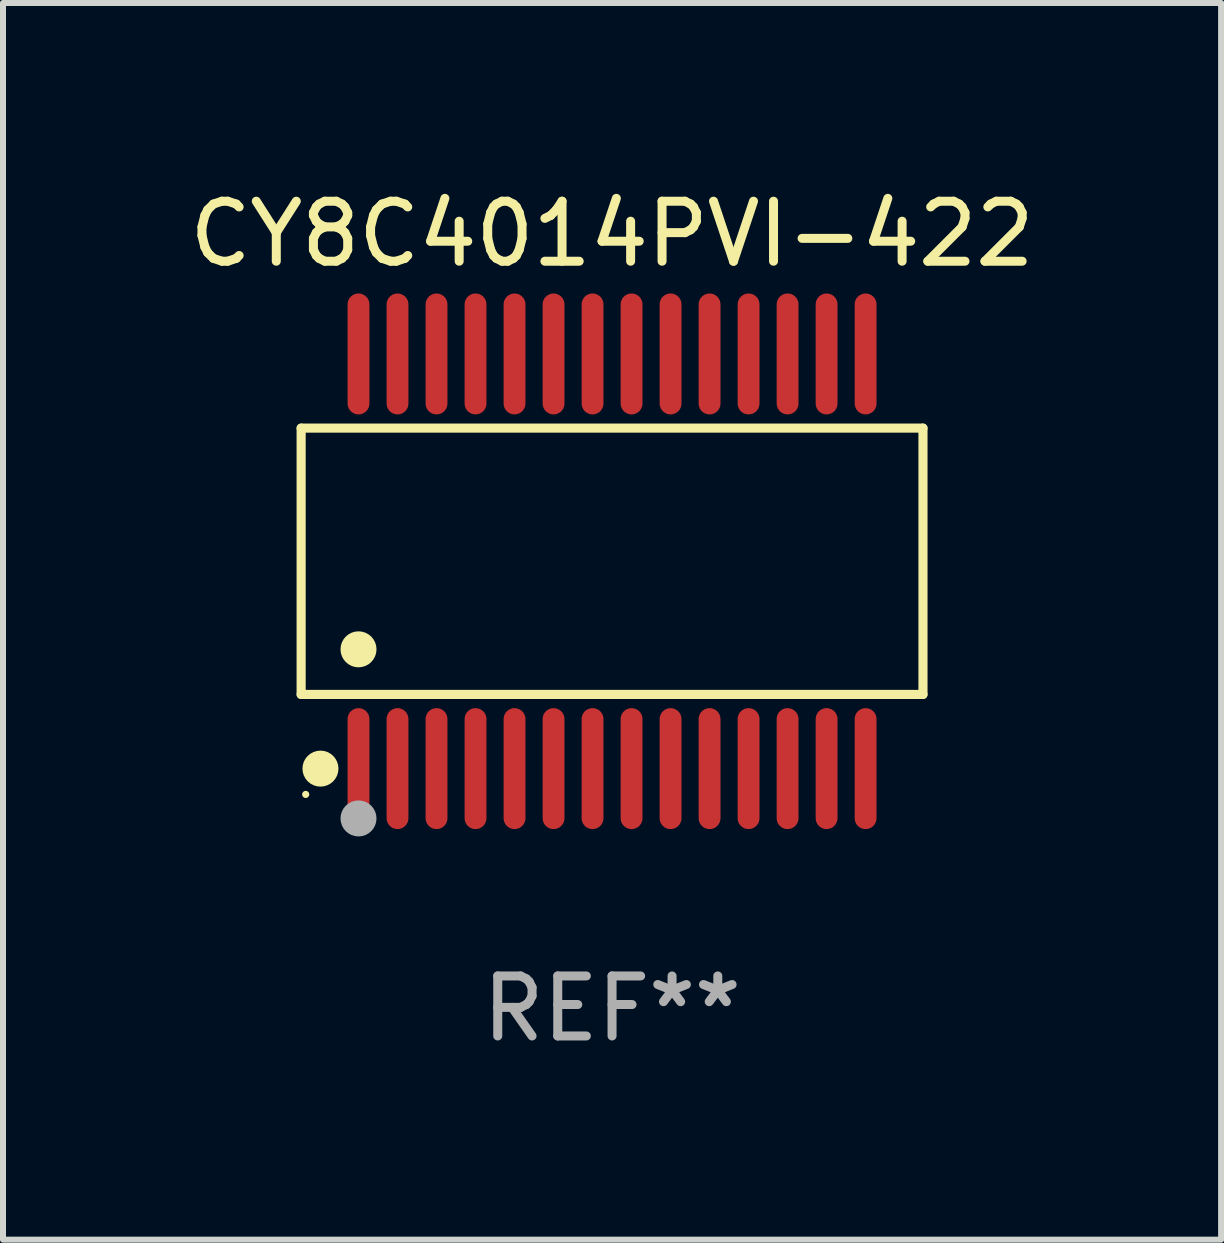
<source format=kicad_pcb>
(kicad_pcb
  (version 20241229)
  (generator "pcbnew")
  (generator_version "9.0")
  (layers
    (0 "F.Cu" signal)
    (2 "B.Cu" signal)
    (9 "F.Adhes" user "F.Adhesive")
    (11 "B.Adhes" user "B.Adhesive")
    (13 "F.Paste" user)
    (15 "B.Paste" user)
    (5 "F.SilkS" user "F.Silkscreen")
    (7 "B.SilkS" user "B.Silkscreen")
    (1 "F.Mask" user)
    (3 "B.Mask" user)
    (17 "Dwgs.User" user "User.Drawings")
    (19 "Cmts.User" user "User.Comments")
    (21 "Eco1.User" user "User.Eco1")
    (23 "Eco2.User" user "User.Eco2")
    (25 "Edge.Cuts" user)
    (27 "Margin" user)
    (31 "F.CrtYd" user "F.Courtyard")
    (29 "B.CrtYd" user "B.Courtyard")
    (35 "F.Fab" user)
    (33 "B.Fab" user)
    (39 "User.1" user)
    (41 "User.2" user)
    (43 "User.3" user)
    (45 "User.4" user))
  (footprint "CY8C4014PVI-422"
    (layer "F.Cu")
    (at 7.149 6.303)
    (property "Reference" "CY8C4014PVI-422" (at 0 -5.455 0) (layer "F.SilkS") (effects (font (size 1 1) (thickness 0.15))))
    (attr through_hole)
    (fp_line (start -5.181 -2.219) (end 5.181 -2.219) (stroke (width 0.152) (type solid)) (layer "F.SilkS"))
    (fp_line (start -5.181 2.219) (end -5.181 -2.219) (stroke (width 0.152) (type solid)) (layer "F.SilkS"))
    (fp_line (start 5.181 -2.219) (end 5.181 2.219) (stroke (width 0.152) (type solid)) (layer "F.SilkS"))
    (fp_line (start 5.181 2.219) (end -5.181 2.219) (stroke (width 0.152) (type solid)) (layer "F.SilkS"))
    (fp_circle (center -5.105 3.885) (end -5.075 3.885) (stroke (width 0.06) (type solid)) (fill no) (layer "F.SilkS"))
    (fp_circle (center -4.859 3.455) (end -4.709 3.455) (stroke (width 0.3) (type solid)) (fill no) (layer "F.SilkS"))
    (fp_circle (center -4.225 1.467) (end -4.075 1.467) (stroke (width 0.3) (type solid)) (fill no) (layer "F.SilkS"))
    (fp_circle (center -4.225 4.285) (end -4.075 4.285) (stroke (width 0.3) (type solid)) (fill no) (layer "F.Fab"))
    (fp_text user "REF**" (at 0 7.455 0) (layer "F.Fab") (effects (font (size 1 1) (thickness 0.15))))
    (pad "1" smd oval (at -4.225 3.455) (size 0.364 2.015) (layers "F.Cu" "F.Mask" "F.Paste"))
    (pad "2" smd oval (at -3.575 3.455) (size 0.364 2.015) (layers "F.Cu" "F.Mask" "F.Paste"))
    (pad "3" smd oval (at -2.925 3.455) (size 0.364 2.015) (layers "F.Cu" "F.Mask" "F.Paste"))
    (pad "4" smd oval (at -2.275 3.455) (size 0.364 2.015) (layers "F.Cu" "F.Mask" "F.Paste"))
    (pad "5" smd oval (at -1.625 3.455) (size 0.364 2.015) (layers "F.Cu" "F.Mask" "F.Paste"))
    (pad "6" smd oval (at -0.975 3.455) (size 0.364 2.015) (layers "F.Cu" "F.Mask" "F.Paste"))
    (pad "7" smd oval (at -0.325 3.455) (size 0.364 2.015) (layers "F.Cu" "F.Mask" "F.Paste"))
    (pad "8" smd oval (at 0.325 3.455) (size 0.364 2.015) (layers "F.Cu" "F.Mask" "F.Paste"))
    (pad "9" smd oval (at 0.975 3.455) (size 0.364 2.015) (layers "F.Cu" "F.Mask" "F.Paste"))
    (pad "10" smd oval (at 1.625 3.455) (size 0.364 2.015) (layers "F.Cu" "F.Mask" "F.Paste"))
    (pad "11" smd oval (at 2.275 3.455) (size 0.364 2.015) (layers "F.Cu" "F.Mask" "F.Paste"))
    (pad "12" smd oval (at 2.925 3.455) (size 0.364 2.015) (layers "F.Cu" "F.Mask" "F.Paste"))
    (pad "13" smd oval (at 3.575 3.455) (size 0.364 2.015) (layers "F.Cu" "F.Mask" "F.Paste"))
    (pad "14" smd oval (at 4.225 3.455) (size 0.364 2.015) (layers "F.Cu" "F.Mask" "F.Paste"))
    (pad "15" smd oval (at 4.225 -3.455) (size 0.364 2.015) (layers "F.Cu" "F.Mask" "F.Paste"))
    (pad "16" smd oval (at 3.575 -3.455) (size 0.364 2.015) (layers "F.Cu" "F.Mask" "F.Paste"))
    (pad "17" smd oval (at 2.925 -3.455) (size 0.364 2.015) (layers "F.Cu" "F.Mask" "F.Paste"))
    (pad "18" smd oval (at 2.275 -3.455) (size 0.364 2.015) (layers "F.Cu" "F.Mask" "F.Paste"))
    (pad "19" smd oval (at 1.625 -3.455) (size 0.364 2.015) (layers "F.Cu" "F.Mask" "F.Paste"))
    (pad "20" smd oval (at 0.975 -3.455) (size 0.364 2.015) (layers "F.Cu" "F.Mask" "F.Paste"))
    (pad "21" smd oval (at 0.325 -3.455) (size 0.364 2.015) (layers "F.Cu" "F.Mask" "F.Paste"))
    (pad "22" smd oval (at -0.325 -3.455) (size 0.364 2.015) (layers "F.Cu" "F.Mask" "F.Paste"))
    (pad "23" smd oval (at -0.975 -3.455) (size 0.364 2.015) (layers "F.Cu" "F.Mask" "F.Paste"))
    (pad "24" smd oval (at -1.625 -3.455) (size 0.364 2.015) (layers "F.Cu" "F.Mask" "F.Paste"))
    (pad "25" smd oval (at -2.275 -3.455) (size 0.364 2.015) (layers "F.Cu" "F.Mask" "F.Paste"))
    (pad "26" smd oval (at -2.925 -3.455) (size 0.364 2.015) (layers "F.Cu" "F.Mask" "F.Paste"))
    (pad "27" smd oval (at -3.575 -3.455) (size 0.364 2.015) (layers "F.Cu" "F.Mask" "F.Paste"))
    (pad "28" smd oval (at -4.225 -3.455) (size 0.364 2.015) (layers "F.Cu" "F.Mask" "F.Paste")))
  (gr_rect
    (start -3 -3)
    (end 17.298 17.607)
    (stroke (width 0.1) (type default))
    (fill no)
    (layer "Edge.Cuts")))
</source>
